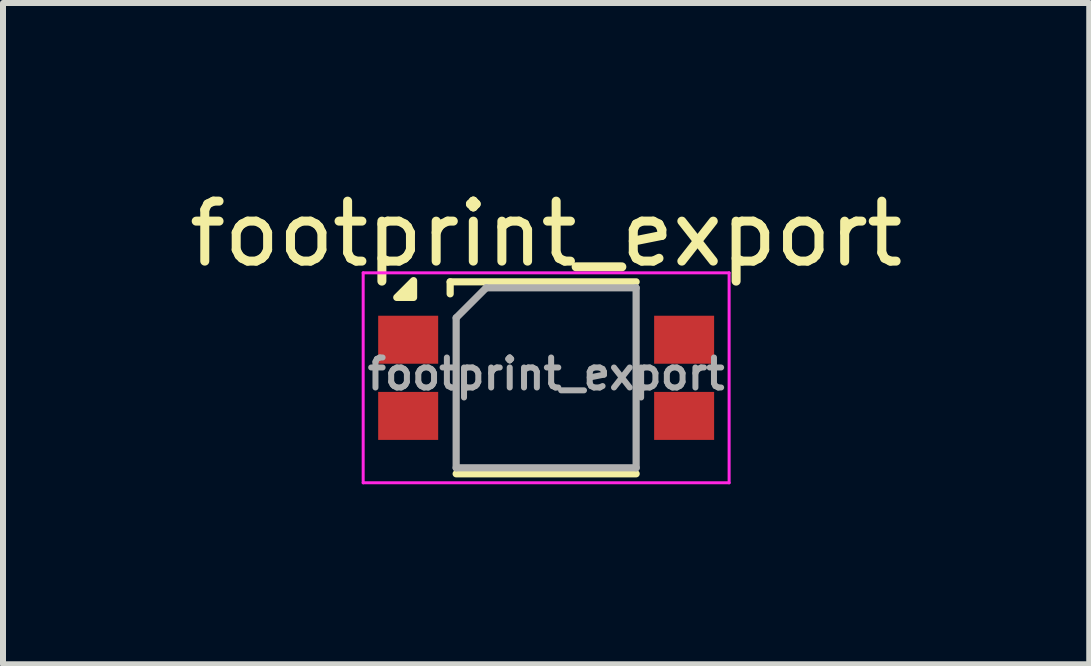
<source format=kicad_pcb>
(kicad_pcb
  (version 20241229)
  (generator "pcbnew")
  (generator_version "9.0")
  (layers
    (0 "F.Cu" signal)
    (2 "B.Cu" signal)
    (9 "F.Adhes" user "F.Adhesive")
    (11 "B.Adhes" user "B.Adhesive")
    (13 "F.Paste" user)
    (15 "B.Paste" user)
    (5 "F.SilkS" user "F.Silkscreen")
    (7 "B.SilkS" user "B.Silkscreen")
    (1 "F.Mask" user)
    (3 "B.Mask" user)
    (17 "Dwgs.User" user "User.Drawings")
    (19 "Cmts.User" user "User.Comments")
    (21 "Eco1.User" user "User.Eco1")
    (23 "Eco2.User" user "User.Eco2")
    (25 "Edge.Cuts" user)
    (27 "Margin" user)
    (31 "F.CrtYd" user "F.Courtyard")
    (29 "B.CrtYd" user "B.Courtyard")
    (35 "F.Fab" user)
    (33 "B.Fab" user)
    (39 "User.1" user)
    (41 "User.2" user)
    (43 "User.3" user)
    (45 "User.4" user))
  (footprint "footprint_export"
    (layer "F.Cu")
    (at 6.054 3.248)
    (property "Reference" "footprint_export" (at 0 -2.4 0) (layer "F.SilkS") (effects (font (size 1 1) (thickness 0.15))))
    (attr smd)
    (fp_line (start -1.6 -1.6) (end -1.6 -1.4) (stroke (width 0.12) (type solid)) (layer "F.SilkS"))
    (fp_line (start -1.5 1.6) (end 1.5 1.6) (stroke (width 0.12) (type solid)) (layer "F.SilkS"))
    (fp_line (start 1.5 -1.6) (end -1.6 -1.6) (stroke (width 0.12) (type solid)) (layer "F.SilkS"))
    (fp_poly (pts (xy -2.21 -1.34) (xy -2.49 -1.34) (xy -2.21 -1.62) (xy -2.21 -1.34)) (stroke (width 0.12) (type solid)) (fill yes) (layer "F.SilkS"))
    (fp_line (start -3.05 -1.75) (end -3.05 1.75) (stroke (width 0.05) (type solid)) (layer "F.CrtYd"))
    (fp_line (start -3.05 -1.75) (end 3.05 -1.75) (stroke (width 0.05) (type solid)) (layer "F.CrtYd"))
    (fp_line (start 3.05 1.75) (end -3.05 1.75) (stroke (width 0.05) (type solid)) (layer "F.CrtYd"))
    (fp_line (start 3.05 1.75) (end 3.05 -1.75) (stroke (width 0.05) (type solid)) (layer "F.CrtYd"))
    (fp_line (start -1.5 -1) (end -1.5 1.5) (stroke (width 0.12) (type solid)) (layer "F.Fab"))
    (fp_line (start -1.5 1.5) (end 1.5 1.5) (stroke (width 0.12) (type solid)) (layer "F.Fab"))
    (fp_line (start -1 -1.5) (end -1.5 -1) (stroke (width 0.12) (type solid)) (layer "F.Fab"))
    (fp_line (start 1.5 -1.5) (end -1 -1.5) (stroke (width 0.12) (type solid)) (layer "F.Fab"))
    (fp_line (start 1.5 1.5) (end 1.5 -1.5) (stroke (width 0.12) (type solid)) (layer "F.Fab"))
    (fp_text user "${REFERENCE}" (at 0 -0.065 0) (layer "F.Fab") (effects (font (size 0.5 0.5) (thickness 0.1))))
    (pad "1" smd rect (at -2.3 -0.635) (size 1 0.8) (layers "F.Cu" "F.Mask" "F.Paste"))
    (pad "2" smd rect (at -2.3 0.635) (size 1 0.8) (layers "F.Cu" "F.Mask" "F.Paste"))
    (pad "3" smd rect (at 2.3 0.635) (size 1 0.8) (layers "F.Cu" "F.Mask" "F.Paste"))
    (pad "4" smd rect (at 2.3 -0.635) (size 1 0.8) (layers "F.Cu" "F.Mask" "F.Paste")))
  (gr_rect
    (start -3 -3)
    (end 15.107 8.023)
    (stroke (width 0.1) (type default))
    (fill no)
    (layer "Edge.Cuts")))
</source>
